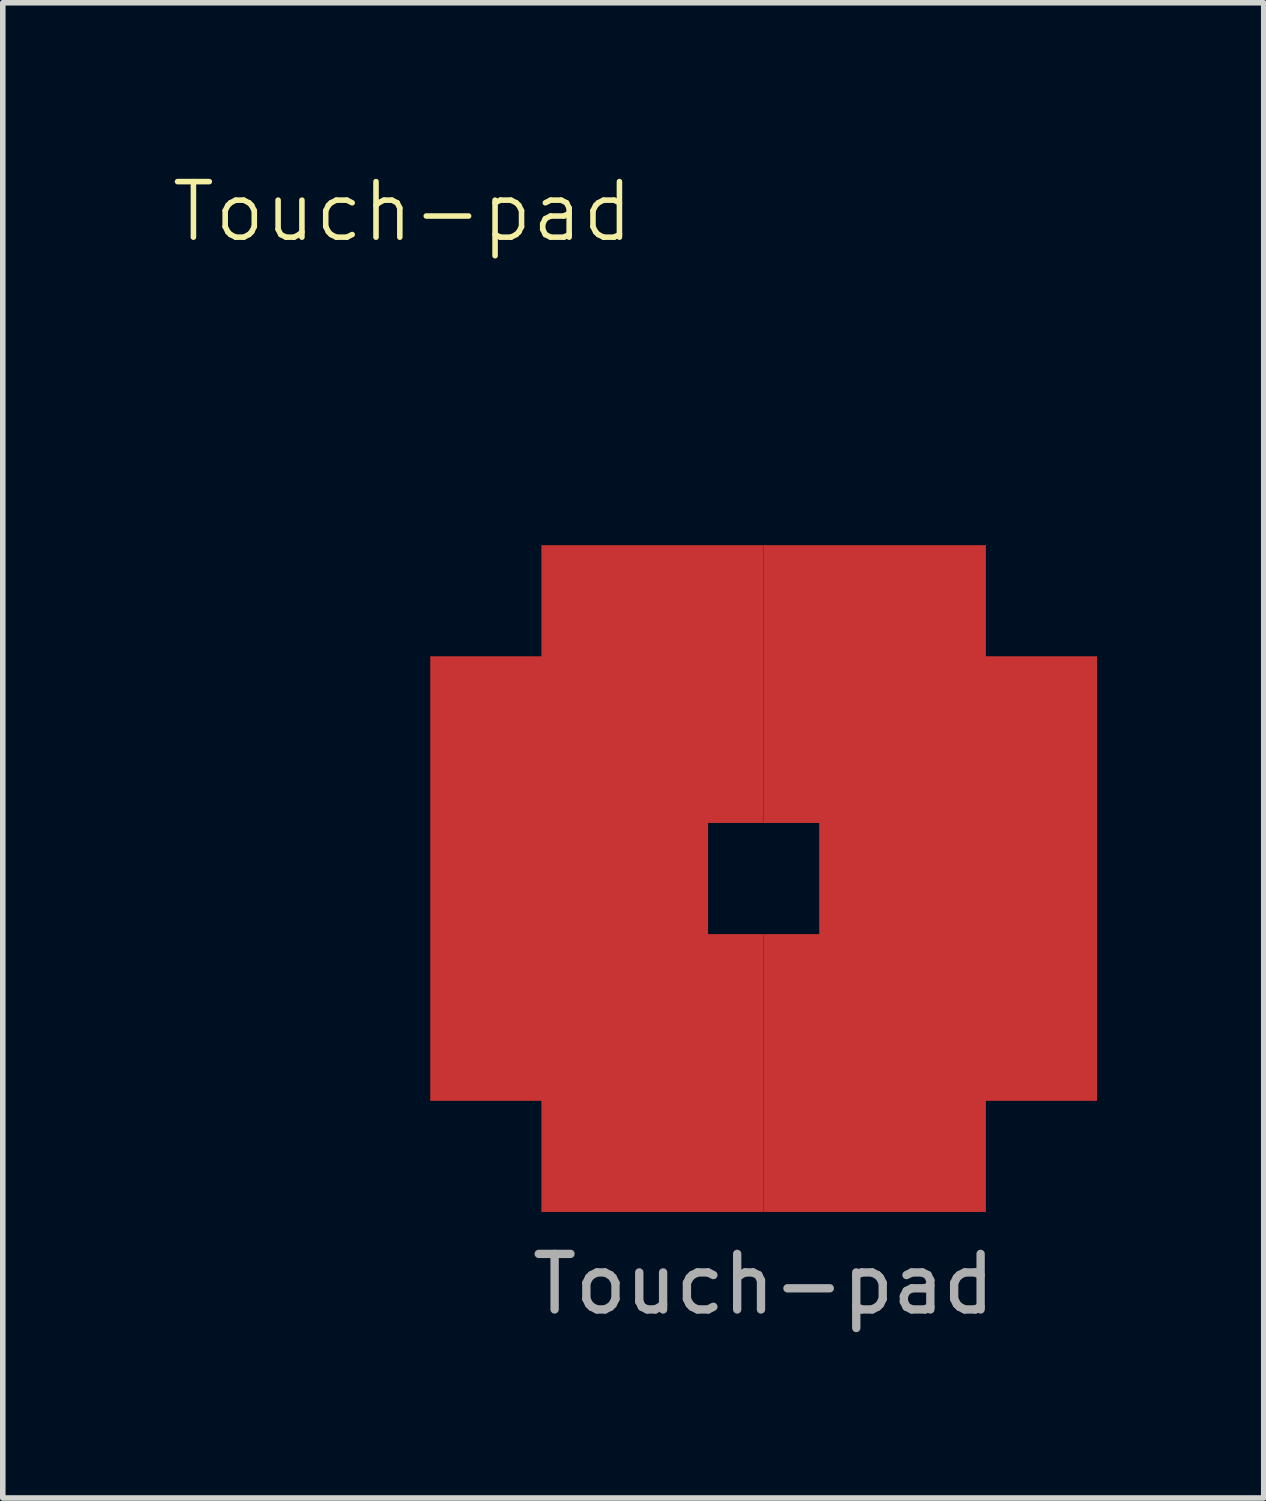
<source format=kicad_pcb>
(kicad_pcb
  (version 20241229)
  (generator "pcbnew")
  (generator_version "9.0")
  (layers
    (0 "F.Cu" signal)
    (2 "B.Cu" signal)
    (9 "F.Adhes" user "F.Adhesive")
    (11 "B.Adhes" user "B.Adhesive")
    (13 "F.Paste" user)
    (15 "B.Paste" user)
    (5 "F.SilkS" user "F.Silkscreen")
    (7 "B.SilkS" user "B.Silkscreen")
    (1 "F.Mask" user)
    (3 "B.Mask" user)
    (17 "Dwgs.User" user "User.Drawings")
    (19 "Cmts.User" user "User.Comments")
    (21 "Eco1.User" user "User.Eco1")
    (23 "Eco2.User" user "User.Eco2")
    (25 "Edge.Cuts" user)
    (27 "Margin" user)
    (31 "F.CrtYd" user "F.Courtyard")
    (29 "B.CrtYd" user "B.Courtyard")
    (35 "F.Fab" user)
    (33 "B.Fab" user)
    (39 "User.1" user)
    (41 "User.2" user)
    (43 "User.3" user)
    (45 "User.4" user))
  (footprint "Touch-pad"
    (layer "F.Cu")
    (at 10.693 12.761)
    (property "Reference" "Touch-pad" (at -6.5 -12 0) (unlocked yes) (layer "F.SilkS") (effects (font (size 1 1) (thickness 0.1))))
    (attr smd)
    (fp_text user "${REFERENCE}" (at 0 7.3 0) (unlocked yes) (layer "F.Fab") (effects (font (size 1 1) (thickness 0.15))))
    (pad "1" smd custom (at -4 0) (size 2 2) (layers "F.Cu") (options (anchor rect)) (primitives (gr_poly (pts (xy 4 -6) (xy 4 -1) (xy 3 -1) (xy 3 1) (xy 4 1) (xy 4 6) (xy 0 6) (xy 0 4) (xy -2 4) (xy -2 -4) (xy 0 -4) (xy 0 -6)) (width 0) (fill yes))))
    (pad "1" smd custom (at 4 0) (size 2 2) (layers "F.Cu") (options (anchor rect)) (primitives (gr_poly (pts (xy -4 -6) (xy -4 -1) (xy -3 -1) (xy -3 1) (xy -4 1) (xy -4 6) (xy 0 6) (xy 0 4) (xy 2 4) (xy 2 -4) (xy 0 -4) (xy 0 -6)) (width 0) (fill yes)))))
  (gr_rect
    (start -3 -3)
    (end 19.693 23.909)
    (stroke (width 0.1) (type default))
    (fill no)
    (layer "Edge.Cuts")))
</source>
